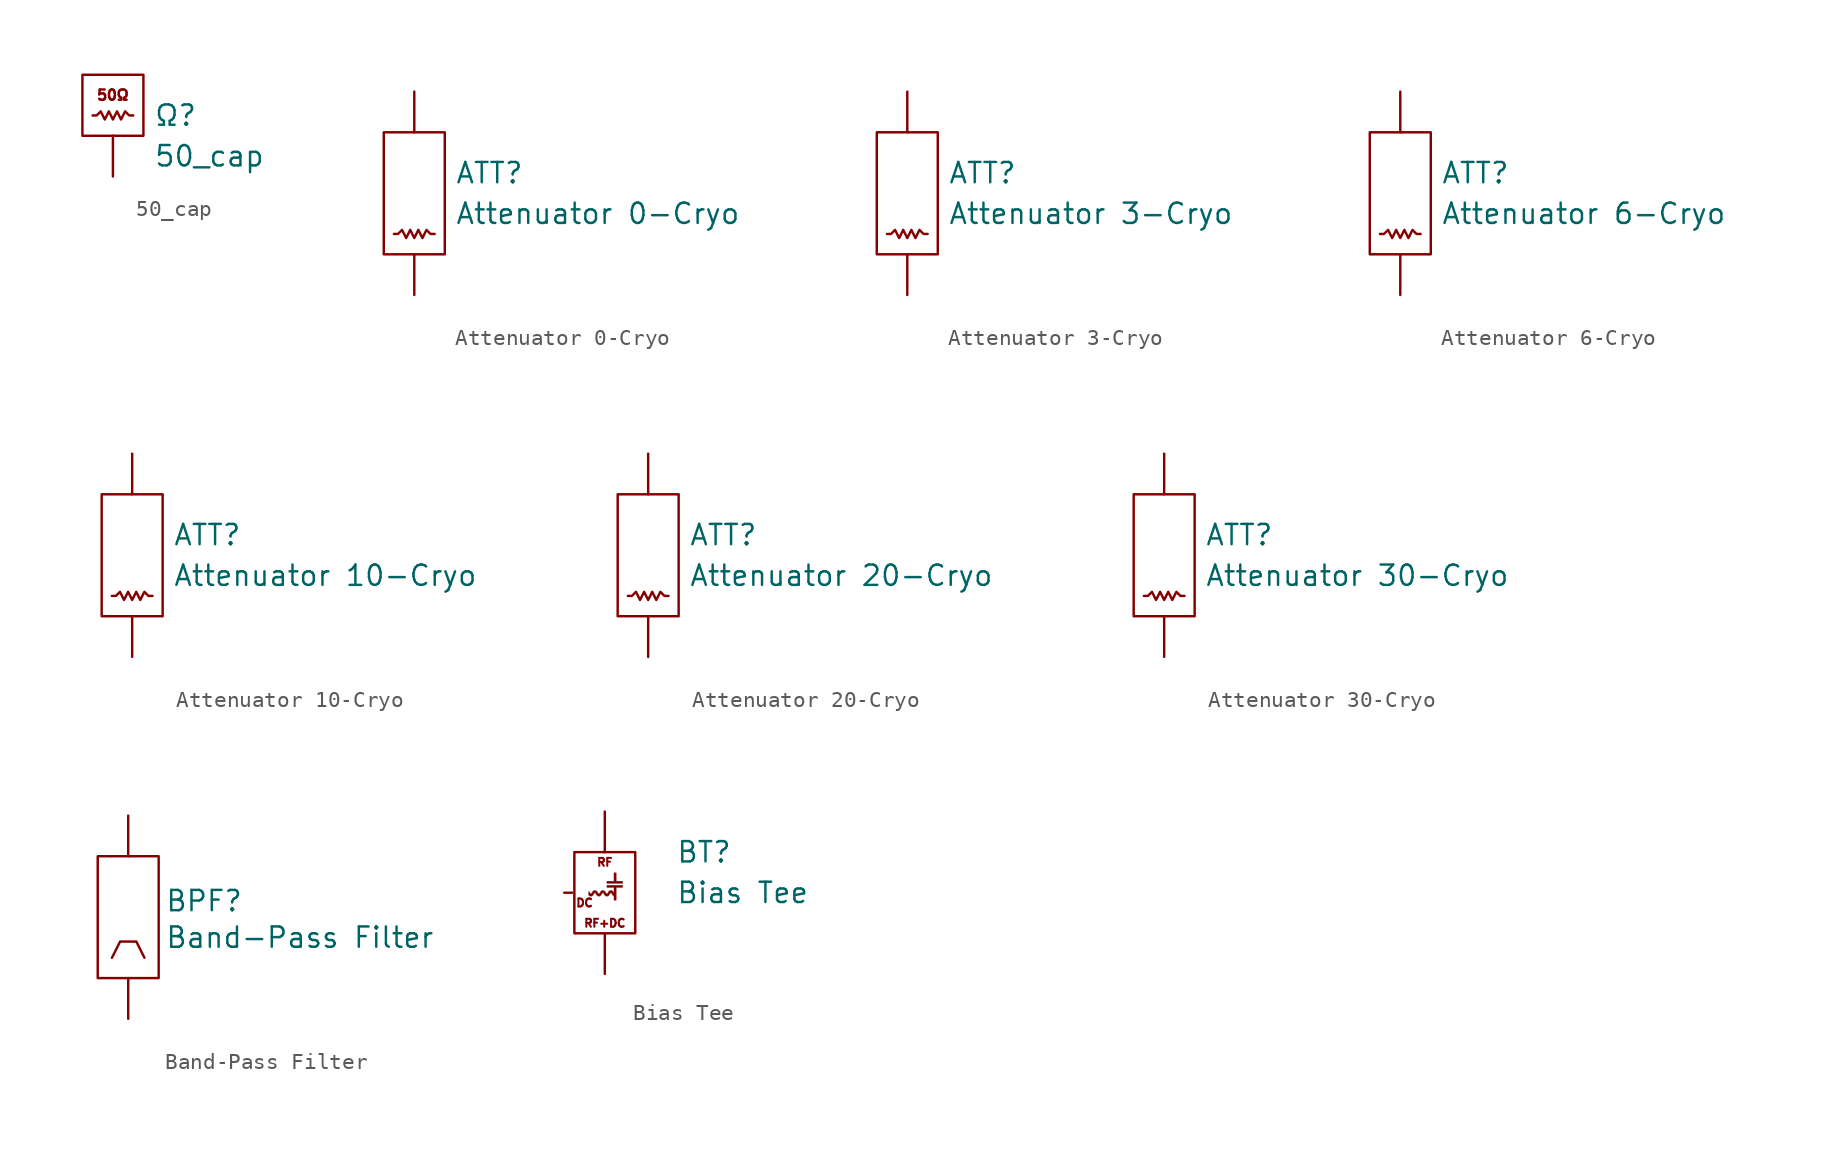
<source format=kicad_sym>
(kicad_symbol_lib
  (version 20220914)
  (generator kicad_symbol_editor)
  (symbol "50_cap"
    (property "Reference" "Ω"
      (at 2.54 1.27 0)
      (effects (font (size 1.27 1.27)) (justify left)))
    (property "Value" "50_cap"
      (at 2.54 -1.27 0)
      (effects (font (size 1.27 1.27)) (justify left)))
    (symbol "50_cap_0_0"
      (rectangle (start -1.905 3.81) (end 1.905 0) (stroke (width 0) (type default)) (fill (type none)))
      (polyline (pts (xy -1.27 1.27) (xy -1.016 1.27) (xy -0.762 1.524) (xy -0.508 1.016) (xy -0.254 1.524) (xy 0 1.016) (xy 0.254 1.524) (xy 0.508 1.016) (xy 0.762 1.524) (xy 1.016 1.27) (xy 1.27 1.27)) (stroke (width 0) (type default)) (fill (type none)))
      (text "50Ω" (at 0 2.54 0) (effects (font (size 0.64 0.64)))))
    (symbol "50_cap_1_1"
      (pin bidirectional line (at 0 -2.54 90) (length 2.54) (name "" (effects (font (size 1.27 1.27)))) (number "" (effects (font (size 1.27 1.27)))))))
  (symbol "Attenuator 0-Cryo"
    (property "Reference" "ATT"
      (at 2.54 1.27 0)
      (effects (font (size 1.27 1.27)) (justify left)))
    (property "Value" "Attenuator 0-Cryo"
      (at 2.54 -1.27 0)
      (effects (font (size 1.27 1.27)) (justify left)))
    (symbol "Attenuator 0-Cryo_0_0"
      (rectangle (start -1.905 3.81) (end 1.905 -3.81) (stroke (width 0) (type default)) (fill (type none)))
      (polyline (pts (xy -1.27 -2.54) (xy -1.016 -2.54) (xy -0.762 -2.286) (xy -0.508 -2.794) (xy -0.254 -2.286) (xy 0 -2.794) (xy 0.254 -2.286) (xy 0.508 -2.794) (xy 0.762 -2.286) (xy 1.016 -2.54) (xy 1.27 -2.54)) (stroke (width 0) (type default)) (fill (type none))))
    (symbol "Attenuator 0-Cryo_1_1"
      (pin bidirectional line (at 0 -6.35 90) (length 2.54) (name "" (effects (font (size 1.27 1.27)))) (number "" (effects (font (size 1.27 1.27)))))
      (pin bidirectional line (at 0 6.35 270) (length 2.54) (name "" (effects (font (size 1.27 1.27)))) (number "" (effects (font (size 1.27 1.27)))))))
  (symbol "Attenuator 3-Cryo"
    (property "Reference" "ATT"
      (at 2.54 1.27 0)
      (effects (font (size 1.27 1.27)) (justify left)))
    (property "Value" "Attenuator 3-Cryo"
      (at 2.54 -1.27 0)
      (effects (font (size 1.27 1.27)) (justify left)))
    (symbol "Attenuator 3-Cryo_0_0"
      (rectangle (start -1.905 3.81) (end 1.905 -3.81) (stroke (width 0) (type default)) (fill (type none)))
      (polyline (pts (xy -1.27 -2.54) (xy -1.016 -2.54) (xy -0.762 -2.286) (xy -0.508 -2.794) (xy -0.254 -2.286) (xy 0 -2.794) (xy 0.254 -2.286) (xy 0.508 -2.794) (xy 0.762 -2.286) (xy 1.016 -2.54) (xy 1.27 -2.54)) (stroke (width 0) (type default)) (fill (type none))))
    (symbol "Attenuator 3-Cryo_1_1"
      (pin bidirectional line (at 0 -6.35 90) (length 2.54) (name "" (effects (font (size 1.27 1.27)))) (number "" (effects (font (size 1.27 1.27)))))
      (pin bidirectional line (at 0 6.35 270) (length 2.54) (name "" (effects (font (size 1.27 1.27)))) (number "" (effects (font (size 1.27 1.27)))))))
  (symbol "Attenuator 6-Cryo"
    (property "Reference" "ATT"
      (at 2.54 1.27 0)
      (effects (font (size 1.27 1.27)) (justify left)))
    (property "Value" "Attenuator 6-Cryo"
      (at 2.54 -1.27 0)
      (effects (font (size 1.27 1.27)) (justify left)))
    (symbol "Attenuator 6-Cryo_0_0"
      (rectangle (start -1.905 3.81) (end 1.905 -3.81) (stroke (width 0) (type default)) (fill (type none)))
      (polyline (pts (xy -1.27 -2.54) (xy -1.016 -2.54) (xy -0.762 -2.286) (xy -0.508 -2.794) (xy -0.254 -2.286) (xy 0 -2.794) (xy 0.254 -2.286) (xy 0.508 -2.794) (xy 0.762 -2.286) (xy 1.016 -2.54) (xy 1.27 -2.54)) (stroke (width 0) (type default)) (fill (type none))))
    (symbol "Attenuator 6-Cryo_1_1"
      (pin bidirectional line (at 0 -6.35 90) (length 2.54) (name "" (effects (font (size 1.27 1.27)))) (number "" (effects (font (size 1.27 1.27)))))
      (pin bidirectional line (at 0 6.35 270) (length 2.54) (name "" (effects (font (size 1.27 1.27)))) (number "" (effects (font (size 1.27 1.27)))))))
  (symbol "Attenuator 10-Cryo"
    (property "Reference" "ATT"
      (at 2.54 1.27 0)
      (effects (font (size 1.27 1.27)) (justify left)))
    (property "Value" "Attenuator 10-Cryo"
      (at 2.54 -1.27 0)
      (effects (font (size 1.27 1.27)) (justify left)))
    (symbol "Attenuator 10-Cryo_0_0"
      (rectangle (start -1.905 3.81) (end 1.905 -3.81) (stroke (width 0) (type default)) (fill (type none)))
      (polyline (pts (xy -1.27 -2.54) (xy -1.016 -2.54) (xy -0.762 -2.286) (xy -0.508 -2.794) (xy -0.254 -2.286) (xy 0 -2.794) (xy 0.254 -2.286) (xy 0.508 -2.794) (xy 0.762 -2.286) (xy 1.016 -2.54) (xy 1.27 -2.54)) (stroke (width 0) (type default)) (fill (type none))))
    (symbol "Attenuator 10-Cryo_1_1"
      (pin bidirectional line (at 0 -6.35 90) (length 2.54) (name "" (effects (font (size 1.27 1.27)))) (number "" (effects (font (size 1.27 1.27)))))
      (pin bidirectional line (at 0 6.35 270) (length 2.54) (name "" (effects (font (size 1.27 1.27)))) (number "" (effects (font (size 1.27 1.27)))))))
  (symbol "Attenuator 20-Cryo"
    (property "Reference" "ATT"
      (at 2.54 1.27 0)
      (effects (font (size 1.27 1.27)) (justify left)))
    (property "Value" "Attenuator 20-Cryo"
      (at 2.54 -1.27 0)
      (effects (font (size 1.27 1.27)) (justify left)))
    (symbol "Attenuator 20-Cryo_0_0"
      (rectangle (start -1.905 3.81) (end 1.905 -3.81) (stroke (width 0) (type default)) (fill (type none)))
      (polyline (pts (xy -1.27 -2.54) (xy -1.016 -2.54) (xy -0.762 -2.286) (xy -0.508 -2.794) (xy -0.254 -2.286) (xy 0 -2.794) (xy 0.254 -2.286) (xy 0.508 -2.794) (xy 0.762 -2.286) (xy 1.016 -2.54) (xy 1.27 -2.54)) (stroke (width 0) (type default)) (fill (type none))))
    (symbol "Attenuator 20-Cryo_1_1"
      (pin bidirectional line (at 0 -6.35 90) (length 2.54) (name "" (effects (font (size 1.27 1.27)))) (number "" (effects (font (size 1.27 1.27)))))
      (pin bidirectional line (at 0 6.35 270) (length 2.54) (name "" (effects (font (size 1.27 1.27)))) (number "" (effects (font (size 1.27 1.27)))))))
  (symbol "Attenuator 30-Cryo"
    (property "Reference" "ATT"
      (at 2.54 1.27 0)
      (effects (font (size 1.27 1.27)) (justify left)))
    (property "Value" "Attenuator 30-Cryo"
      (at 2.54 -1.27 0)
      (effects (font (size 1.27 1.27)) (justify left)))
    (symbol "Attenuator 30-Cryo_0_0"
      (rectangle (start -1.905 3.81) (end 1.905 -3.81) (stroke (width 0) (type default)) (fill (type none)))
      (polyline (pts (xy -1.27 -2.54) (xy -1.016 -2.54) (xy -0.762 -2.286) (xy -0.508 -2.794) (xy -0.254 -2.286) (xy 0 -2.794) (xy 0.254 -2.286) (xy 0.508 -2.794) (xy 0.762 -2.286) (xy 1.016 -2.54) (xy 1.27 -2.54)) (stroke (width 0) (type default)) (fill (type none))))
    (symbol "Attenuator 30-Cryo_1_1"
      (pin bidirectional line (at 0 -6.35 90) (length 2.54) (name "" (effects (font (size 1.27 1.27)))) (number "" (effects (font (size 1.27 1.27)))))
      (pin bidirectional line (at 0 6.35 270) (length 2.54) (name "" (effects (font (size 1.27 1.27)))) (number "" (effects (font (size 1.27 1.27)))))))
  (symbol "Band-Pass Filter"
    (property "Reference" "BPF"
      (at 2.286 1.016 0)
      (effects (font (size 1.27 1.27)) (justify left)))
    (property "Value" "Band-Pass Filter"
      (at 2.286 -1.27 0)
      (effects (font (size 1.27 1.27)) (justify left)))
    (symbol "Band-Pass Filter_0_0"
      (rectangle (start -1.905 3.81) (end 1.905 -3.81) (stroke (width 0) (type default)) (fill (type none)))
      (polyline (pts (xy -1.016 -2.54) (xy -0.508 -1.524) (xy 0.508 -1.524) (xy 1.016 -2.54)) (stroke (width 0) (type default)) (fill (type none))))
    (symbol "Band-Pass Filter_1_1"
      (pin bidirectional line (at 0 -6.35 90) (length 2.54) (name "" (effects (font (size 1.27 1.27)))) (number "" (effects (font (size 1.27 1.27)))))
      (pin bidirectional line (at 0 6.35 270) (length 2.54) (name "" (effects (font (size 1.27 1.27)))) (number "" (effects (font (size 1.27 1.27)))))))
  (symbol "Bias Tee"
    (property "Reference" "BT"
      (at 4.445 7.62 0)
      (effects (font (size 1.27 1.27)) (justify left)))
    (property "Value" "Bias Tee"
      (at 4.445 5.08 0)
      (effects (font (size 1.27 1.27)) (justify left)))
    (symbol "Bias Tee_0_0"
      (rectangle (start -1.905 7.62) (end 1.905 2.54) (stroke (width 0) (type default)) (fill (type none)))
      (polyline (pts (xy 1.115 5.803) (xy 0.711 5.803) (xy 0.711 6.327) (xy 0.573 6.327) (xy 0.573 5.803) (xy 0.131 5.803) (xy 0.131 5.664) (xy 1.115 5.664) (xy 1.115 5.803)) (stroke (width 0.01) (type default)) (fill (type outline)))
      (polyline (pts (xy 0.711 5.41) (xy 1.115 5.41) (xy 1.115 5.548) (xy 0.131 5.548) (xy 0.131 5.41) (xy 0.573 5.41) (xy 0.573 5.237) (xy 0.573 5.065) (xy 0.553 5.101) (xy 0.552 5.102) (xy 0.537 5.125) (xy 0.518 5.149) (xy 0.499 5.17) (xy 0.497 5.172) (xy 0.468 5.197) (xy 0.438 5.213) (xy 0.406 5.221) (xy 0.369 5.221) (xy 0.35 5.219) (xy 0.316 5.209) (xy 0.285 5.192) (xy 0.256 5.166) (xy 0.228 5.131) (xy 0.2 5.085) (xy 0.188 5.065) (xy 0.17 5.035) (xy 0.153 5.015) (xy 0.139 5.005) (xy 0.124 5.003) (xy 0.11 5.012) (xy 0.093 5.031) (xy 0.074 5.059) (xy 0.051 5.098) (xy 0.043 5.112) (xy 0.013 5.154) (xy -0.018 5.185) (xy -0.05 5.207) (xy -0.06 5.211) (xy -0.077 5.216) (xy -0.097 5.219) (xy -0.123 5.22) (xy -0.131 5.22) (xy -0.153 5.219) (xy -0.169 5.216) (xy -0.184 5.211) (xy -0.2 5.203) (xy -0.215 5.194) (xy -0.231 5.181) (xy -0.248 5.164) (xy -0.265 5.141) (xy -0.285 5.112) (xy -0.308 5.075) (xy -0.312 5.069) (xy -0.326 5.046) (xy -0.34 5.026) (xy -0.35 5.011) (xy -0.356 5.005) (xy -0.364 5.001) (xy -0.374 5.001) (xy -0.386 5.008) (xy -0.399 5.022) (xy -0.416 5.044) (xy -0.435 5.076) (xy -0.438 5.08) (xy -0.455 5.107) (xy -0.471 5.131) (xy -0.485 5.151) (xy -0.495 5.164) (xy -0.515 5.184) (xy -0.55 5.206) (xy -0.589 5.218) (xy -0.63 5.221) (xy -0.673 5.214) (xy -0.68 5.212) (xy -0.712 5.195) (xy -0.743 5.168) (xy -0.773 5.131) (xy -0.802 5.085) (xy -0.805 5.08) (xy -0.826 5.045) (xy -0.843 5.021) (xy -0.859 5.006) (xy -0.872 5.002) (xy -0.886 5.007) (xy -0.901 5.022) (xy -0.918 5.047) (xy -0.939 5.082) (xy -0.945 5.092) (xy -0.96 5.116) (xy -0.974 5.138) (xy -0.986 5.153) (xy -1.007 5.175) (xy -1.007 5.05) (xy -1.007 4.925) (xy -0.987 4.907) (xy -0.978 4.9) (xy -0.958 4.887) (xy -0.937 4.876) (xy -0.923 4.87) (xy -0.907 4.865) (xy -0.889 4.864) (xy -0.865 4.864) (xy -0.857 4.865) (xy -0.825 4.869) (xy -0.796 4.879) (xy -0.771 4.896) (xy -0.746 4.919) (xy -0.722 4.951) (xy -0.696 4.992) (xy -0.693 4.996) (xy -0.678 5.021) (xy -0.664 5.043) (xy -0.652 5.06) (xy -0.645 5.07) (xy -0.635 5.08) (xy -0.624 5.084) (xy -0.613 5.081) (xy -0.601 5.072) (xy -0.587 5.055) (xy -0.569 5.029) (xy -0.548 4.994) (xy -0.544 4.986) (xy -0.515 4.944) (xy -0.488 4.911) (xy -0.459 4.888) (xy -0.429 4.872) (xy -0.396 4.865) (xy -0.359 4.864) (xy -0.338 4.867) (xy -0.316 4.871) (xy -0.3 4.877) (xy -0.281 4.889) (xy -0.251 4.915) (xy -0.221 4.953) (xy -0.19 5.001) (xy -0.186 5.008) (xy -0.168 5.037) (xy -0.154 5.058) (xy -0.142 5.072) (xy -0.133 5.08) (xy -0.124 5.083) (xy -0.115 5.082) (xy -0.11 5.08) (xy -0.103 5.075) (xy -0.096 5.067) (xy -0.086 5.055) (xy -0.074 5.036) (xy -0.058 5.011) (xy -0.037 4.977) (xy -0.033 4.969) (xy -0.004 4.929) (xy 0.025 4.899) (xy 0.056 4.879) (xy 0.089 4.867) (xy 0.126 4.863) (xy 0.162 4.866) (xy 0.195 4.876) (xy 0.225 4.893) (xy 0.254 4.919) (xy 0.281 4.954) (xy 0.31 4.998) (xy 0.325 5.023) (xy 0.343 5.051) (xy 0.358 5.07) (xy 0.37 5.081) (xy 0.381 5.084) (xy 0.385 5.084) (xy 0.397 5.077) (xy 0.41 5.062) (xy 0.427 5.039) (xy 0.447 5.006) (xy 0.456 4.99) (xy 0.48 4.952) (xy 0.502 4.923) (xy 0.524 4.902) (xy 0.546 4.886) (xy 0.573 4.872) (xy 0.573 4.743) (xy 0.573 4.614) (xy 0.711 4.614) (xy 0.711 5.41)) (stroke (width 0.01) (type default)) (fill (type outline)))
      (text "DC" (at -1.27 4.445 0) (effects (font (size 0.5 0.5))))
      (text "RF" (at 0 6.985 0) (effects (font (size 0.5 0.5))))
      (text "RF+DC" (at 0 3.175 0) (effects (font (size 0.5 0.5)))))
    (symbol "Bias Tee_1_1"
      (pin input line (at -2.54 5.08 0) (length 0.5) (name "" (effects (font (size 0.8 0.8)))) (number "" (effects (font (size 1.27 1.27)))))
      (pin output line (at 0 0 90) (length 2.54) (name "" (effects (font (size 1.27 1.27)))) (number "" (effects (font (size 1.27 1.27)))))
      (pin input line (at 0 10.16 270) (length 2.54) (name "" (effects (font (size 1.27 1.27)))) (number "" (effects (font (size 1.27 1.27))))))))
</source>
